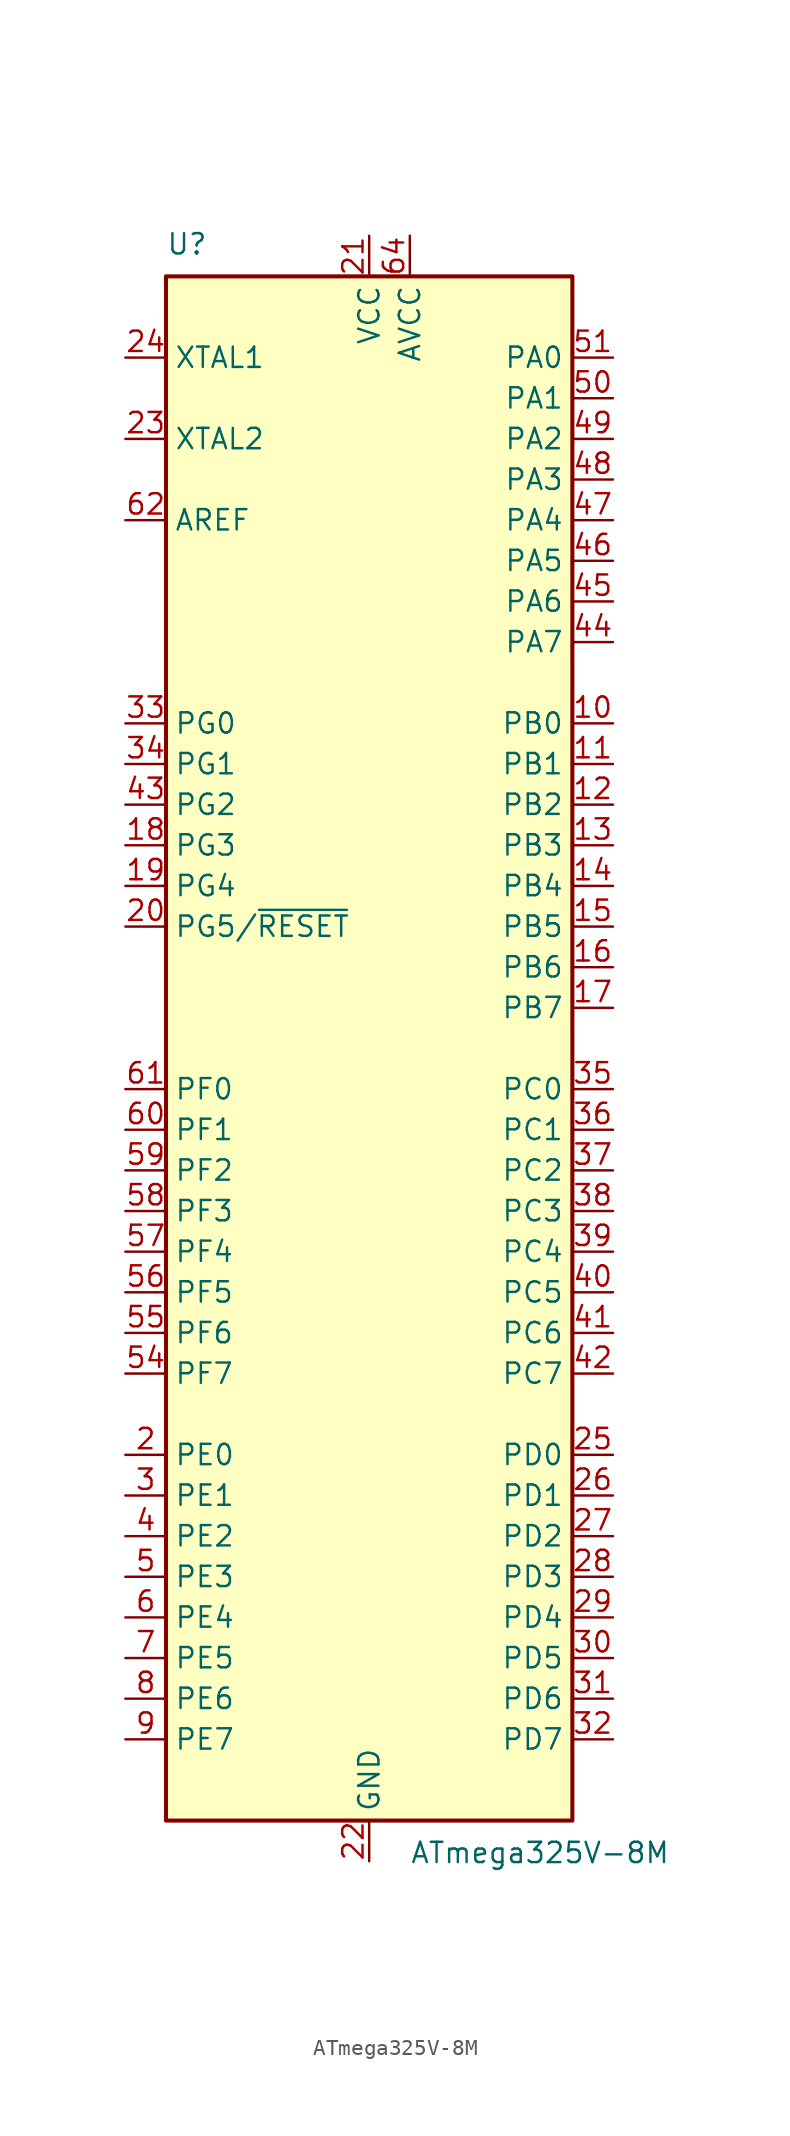
<source format=kicad_sym>
(kicad_symbol_lib
  (version 20231120)
  (generator "kicad_symbol_editor")
  (generator_version "8.0")
  (symbol "ATmega325V-8M"
    (property "Reference" "U"
      (at -12.7 49.53 0)
      (effects (font (size 1.27 1.27)) (justify left bottom)))
    (property "Value" "ATmega325V-8M"
      (at 2.54 -49.53 0)
      (effects (font (size 1.27 1.27)) (justify left top)))
    (symbol "ATmega325V-8M_0_1"
      (rectangle (start -12.7 -48.26) (end 12.7 48.26) (stroke (width 0.254) (type default)) (fill (type background))))
    (symbol "ATmega325V-8M_1_1"
      (pin no_connect line (at -12.7 -45.72 0) (length 2.54) hide (name "NC" (effects (font (size 1.27 1.27)))) (number "1" (effects (font (size 1.27 1.27)))))
      (pin bidirectional line (at 15.24 20.32 180) (length 2.54) (name "PB0" (effects (font (size 1.27 1.27)))) (number "10" (effects (font (size 1.27 1.27)))))
      (pin bidirectional line (at 15.24 17.78 180) (length 2.54) (name "PB1" (effects (font (size 1.27 1.27)))) (number "11" (effects (font (size 1.27 1.27)))))
      (pin bidirectional line (at 15.24 15.24 180) (length 2.54) (name "PB2" (effects (font (size 1.27 1.27)))) (number "12" (effects (font (size 1.27 1.27)))))
      (pin bidirectional line (at 15.24 12.7 180) (length 2.54) (name "PB3" (effects (font (size 1.27 1.27)))) (number "13" (effects (font (size 1.27 1.27)))))
      (pin bidirectional line (at 15.24 10.16 180) (length 2.54) (name "PB4" (effects (font (size 1.27 1.27)))) (number "14" (effects (font (size 1.27 1.27)))))
      (pin bidirectional line (at 15.24 7.62 180) (length 2.54) (name "PB5" (effects (font (size 1.27 1.27)))) (number "15" (effects (font (size 1.27 1.27)))))
      (pin bidirectional line (at 15.24 5.08 180) (length 2.54) (name "PB6" (effects (font (size 1.27 1.27)))) (number "16" (effects (font (size 1.27 1.27)))))
      (pin bidirectional line (at 15.24 2.54 180) (length 2.54) (name "PB7" (effects (font (size 1.27 1.27)))) (number "17" (effects (font (size 1.27 1.27)))))
      (pin bidirectional line (at -15.24 12.7 0) (length 2.54) (name "PG3" (effects (font (size 1.27 1.27)))) (number "18" (effects (font (size 1.27 1.27)))))
      (pin bidirectional line (at -15.24 10.16 0) (length 2.54) (name "PG4" (effects (font (size 1.27 1.27)))) (number "19" (effects (font (size 1.27 1.27)))))
      (pin bidirectional line (at -15.24 -25.4 0) (length 2.54) (name "PE0" (effects (font (size 1.27 1.27)))) (number "2" (effects (font (size 1.27 1.27)))))
      (pin bidirectional line (at -15.24 7.62 0) (length 2.54) (name "PG5/~{RESET}" (effects (font (size 1.27 1.27)))) (number "20" (effects (font (size 1.27 1.27)))))
      (pin power_in line (at 0 50.8 270) (length 2.54) (name "VCC" (effects (font (size 1.27 1.27)))) (number "21" (effects (font (size 1.27 1.27)))))
      (pin power_in line (at 0 -50.8 90) (length 2.54) (name "GND" (effects (font (size 1.27 1.27)))) (number "22" (effects (font (size 1.27 1.27)))))
      (pin output line (at -15.24 38.1 0) (length 2.54) (name "XTAL2" (effects (font (size 1.27 1.27)))) (number "23" (effects (font (size 1.27 1.27)))))
      (pin input line (at -15.24 43.18 0) (length 2.54) (name "XTAL1" (effects (font (size 1.27 1.27)))) (number "24" (effects (font (size 1.27 1.27)))))
      (pin bidirectional line (at 15.24 -25.4 180) (length 2.54) (name "PD0" (effects (font (size 1.27 1.27)))) (number "25" (effects (font (size 1.27 1.27)))))
      (pin bidirectional line (at 15.24 -27.94 180) (length 2.54) (name "PD1" (effects (font (size 1.27 1.27)))) (number "26" (effects (font (size 1.27 1.27)))))
      (pin bidirectional line (at 15.24 -30.48 180) (length 2.54) (name "PD2" (effects (font (size 1.27 1.27)))) (number "27" (effects (font (size 1.27 1.27)))))
      (pin bidirectional line (at 15.24 -33.02 180) (length 2.54) (name "PD3" (effects (font (size 1.27 1.27)))) (number "28" (effects (font (size 1.27 1.27)))))
      (pin bidirectional line (at 15.24 -35.56 180) (length 2.54) (name "PD4" (effects (font (size 1.27 1.27)))) (number "29" (effects (font (size 1.27 1.27)))))
      (pin bidirectional line (at -15.24 -27.94 0) (length 2.54) (name "PE1" (effects (font (size 1.27 1.27)))) (number "3" (effects (font (size 1.27 1.27)))))
      (pin bidirectional line (at 15.24 -38.1 180) (length 2.54) (name "PD5" (effects (font (size 1.27 1.27)))) (number "30" (effects (font (size 1.27 1.27)))))
      (pin bidirectional line (at 15.24 -40.64 180) (length 2.54) (name "PD6" (effects (font (size 1.27 1.27)))) (number "31" (effects (font (size 1.27 1.27)))))
      (pin bidirectional line (at 15.24 -43.18 180) (length 2.54) (name "PD7" (effects (font (size 1.27 1.27)))) (number "32" (effects (font (size 1.27 1.27)))))
      (pin bidirectional line (at -15.24 20.32 0) (length 2.54) (name "PG0" (effects (font (size 1.27 1.27)))) (number "33" (effects (font (size 1.27 1.27)))))
      (pin bidirectional line (at -15.24 17.78 0) (length 2.54) (name "PG1" (effects (font (size 1.27 1.27)))) (number "34" (effects (font (size 1.27 1.27)))))
      (pin bidirectional line (at 15.24 -2.54 180) (length 2.54) (name "PC0" (effects (font (size 1.27 1.27)))) (number "35" (effects (font (size 1.27 1.27)))))
      (pin bidirectional line (at 15.24 -5.08 180) (length 2.54) (name "PC1" (effects (font (size 1.27 1.27)))) (number "36" (effects (font (size 1.27 1.27)))))
      (pin bidirectional line (at 15.24 -7.62 180) (length 2.54) (name "PC2" (effects (font (size 1.27 1.27)))) (number "37" (effects (font (size 1.27 1.27)))))
      (pin bidirectional line (at 15.24 -10.16 180) (length 2.54) (name "PC3" (effects (font (size 1.27 1.27)))) (number "38" (effects (font (size 1.27 1.27)))))
      (pin bidirectional line (at 15.24 -12.7 180) (length 2.54) (name "PC4" (effects (font (size 1.27 1.27)))) (number "39" (effects (font (size 1.27 1.27)))))
      (pin bidirectional line (at -15.24 -30.48 0) (length 2.54) (name "PE2" (effects (font (size 1.27 1.27)))) (number "4" (effects (font (size 1.27 1.27)))))
      (pin bidirectional line (at 15.24 -15.24 180) (length 2.54) (name "PC5" (effects (font (size 1.27 1.27)))) (number "40" (effects (font (size 1.27 1.27)))))
      (pin bidirectional line (at 15.24 -17.78 180) (length 2.54) (name "PC6" (effects (font (size 1.27 1.27)))) (number "41" (effects (font (size 1.27 1.27)))))
      (pin bidirectional line (at 15.24 -20.32 180) (length 2.54) (name "PC7" (effects (font (size 1.27 1.27)))) (number "42" (effects (font (size 1.27 1.27)))))
      (pin bidirectional line (at -15.24 15.24 0) (length 2.54) (name "PG2" (effects (font (size 1.27 1.27)))) (number "43" (effects (font (size 1.27 1.27)))))
      (pin bidirectional line (at 15.24 25.4 180) (length 2.54) (name "PA7" (effects (font (size 1.27 1.27)))) (number "44" (effects (font (size 1.27 1.27)))))
      (pin bidirectional line (at 15.24 27.94 180) (length 2.54) (name "PA6" (effects (font (size 1.27 1.27)))) (number "45" (effects (font (size 1.27 1.27)))))
      (pin bidirectional line (at 15.24 30.48 180) (length 2.54) (name "PA5" (effects (font (size 1.27 1.27)))) (number "46" (effects (font (size 1.27 1.27)))))
      (pin bidirectional line (at 15.24 33.02 180) (length 2.54) (name "PA4" (effects (font (size 1.27 1.27)))) (number "47" (effects (font (size 1.27 1.27)))))
      (pin bidirectional line (at 15.24 35.56 180) (length 2.54) (name "PA3" (effects (font (size 1.27 1.27)))) (number "48" (effects (font (size 1.27 1.27)))))
      (pin bidirectional line (at 15.24 38.1 180) (length 2.54) (name "PA2" (effects (font (size 1.27 1.27)))) (number "49" (effects (font (size 1.27 1.27)))))
      (pin bidirectional line (at -15.24 -33.02 0) (length 2.54) (name "PE3" (effects (font (size 1.27 1.27)))) (number "5" (effects (font (size 1.27 1.27)))))
      (pin bidirectional line (at 15.24 40.64 180) (length 2.54) (name "PA1" (effects (font (size 1.27 1.27)))) (number "50" (effects (font (size 1.27 1.27)))))
      (pin bidirectional line (at 15.24 43.18 180) (length 2.54) (name "PA0" (effects (font (size 1.27 1.27)))) (number "51" (effects (font (size 1.27 1.27)))))
      (pin passive line (at 0 50.8 270) (length 2.54) hide (name "VCC" (effects (font (size 1.27 1.27)))) (number "52" (effects (font (size 1.27 1.27)))))
      (pin passive line (at 0 -50.8 90) (length 2.54) hide (name "GND" (effects (font (size 1.27 1.27)))) (number "53" (effects (font (size 1.27 1.27)))))
      (pin bidirectional line (at -15.24 -20.32 0) (length 2.54) (name "PF7" (effects (font (size 1.27 1.27)))) (number "54" (effects (font (size 1.27 1.27)))))
      (pin bidirectional line (at -15.24 -17.78 0) (length 2.54) (name "PF6" (effects (font (size 1.27 1.27)))) (number "55" (effects (font (size 1.27 1.27)))))
      (pin bidirectional line (at -15.24 -15.24 0) (length 2.54) (name "PF5" (effects (font (size 1.27 1.27)))) (number "56" (effects (font (size 1.27 1.27)))))
      (pin bidirectional line (at -15.24 -12.7 0) (length 2.54) (name "PF4" (effects (font (size 1.27 1.27)))) (number "57" (effects (font (size 1.27 1.27)))))
      (pin bidirectional line (at -15.24 -10.16 0) (length 2.54) (name "PF3" (effects (font (size 1.27 1.27)))) (number "58" (effects (font (size 1.27 1.27)))))
      (pin bidirectional line (at -15.24 -7.62 0) (length 2.54) (name "PF2" (effects (font (size 1.27 1.27)))) (number "59" (effects (font (size 1.27 1.27)))))
      (pin bidirectional line (at -15.24 -35.56 0) (length 2.54) (name "PE4" (effects (font (size 1.27 1.27)))) (number "6" (effects (font (size 1.27 1.27)))))
      (pin bidirectional line (at -15.24 -5.08 0) (length 2.54) (name "PF1" (effects (font (size 1.27 1.27)))) (number "60" (effects (font (size 1.27 1.27)))))
      (pin bidirectional line (at -15.24 -2.54 0) (length 2.54) (name "PF0" (effects (font (size 1.27 1.27)))) (number "61" (effects (font (size 1.27 1.27)))))
      (pin passive line (at -15.24 33.02 0) (length 2.54) (name "AREF" (effects (font (size 1.27 1.27)))) (number "62" (effects (font (size 1.27 1.27)))))
      (pin passive line (at 0 -50.8 90) (length 2.54) hide (name "GND" (effects (font (size 1.27 1.27)))) (number "63" (effects (font (size 1.27 1.27)))))
      (pin power_in line (at 2.54 50.8 270) (length 2.54) (name "AVCC" (effects (font (size 1.27 1.27)))) (number "64" (effects (font (size 1.27 1.27)))))
      (pin passive line (at 0 -50.8 90) (length 2.54) hide (name "GND" (effects (font (size 1.27 1.27)))) (number "65" (effects (font (size 1.27 1.27)))))
      (pin bidirectional line (at -15.24 -38.1 0) (length 2.54) (name "PE5" (effects (font (size 1.27 1.27)))) (number "7" (effects (font (size 1.27 1.27)))))
      (pin bidirectional line (at -15.24 -40.64 0) (length 2.54) (name "PE6" (effects (font (size 1.27 1.27)))) (number "8" (effects (font (size 1.27 1.27)))))
      (pin bidirectional line (at -15.24 -43.18 0) (length 2.54) (name "PE7" (effects (font (size 1.27 1.27)))) (number "9" (effects (font (size 1.27 1.27))))))))
</source>
